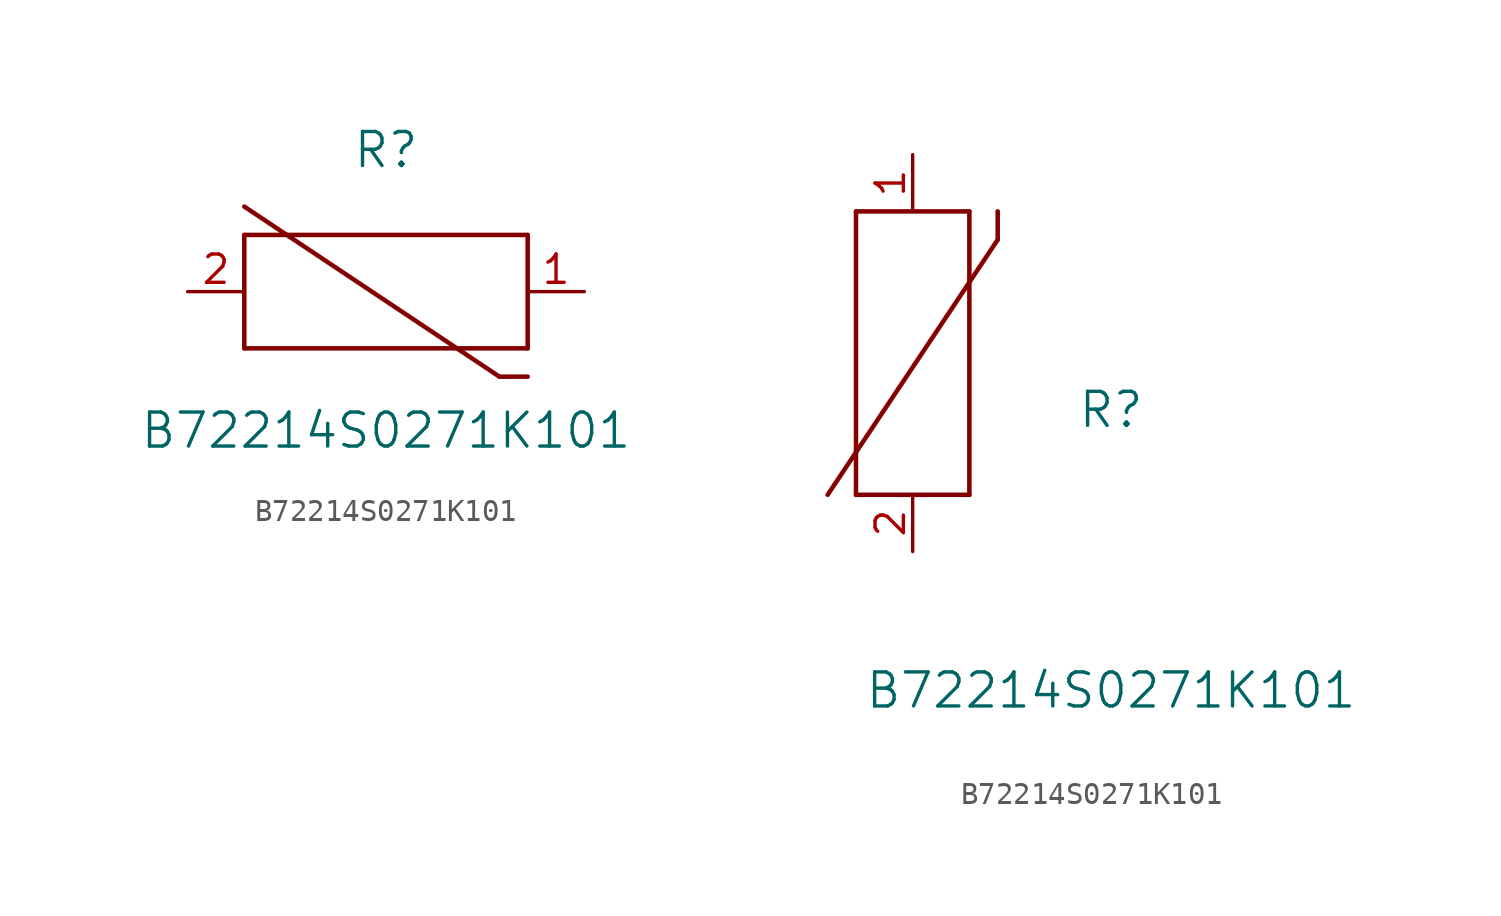
<source format=kicad_sym>
(kicad_symbol_lib
  (version 20211014)
  (generator kicad_symbol_editor)
  (symbol "B72214S0271K101"
    (pin_names
      (offset 0.254))
    (property "Reference" "R"
      (at 8.89 6.35 0)
      (effects (font (size 1.524 1.524))))
    (property "Value" "B72214S0271K101"
      (at 8.89 -6.223 0)
      (effects (font (size 1.524 1.524))))
    (symbol "B72214S0271K101_1_1"
      (polyline (pts (xy 2.54 2.54) (xy 15.24 2.54)) (stroke (width 0.203) (type default) (color 0 0 0 0)) (fill (type none)))
      (polyline (pts (xy 2.54 -2.54) (xy 15.24 -2.54)) (stroke (width 0.203) (type default) (color 0 0 0 0)) (fill (type none)))
      (polyline (pts (xy 15.24 2.54) (xy 15.24 -2.54)) (stroke (width 0.203) (type default) (color 0 0 0 0)) (fill (type none)))
      (polyline (pts (xy 2.54 -2.54) (xy 2.54 2.54)) (stroke (width 0.203) (type default) (color 0 0 0 0)) (fill (type none)))
      (polyline (pts (xy 2.54 3.81) (xy 13.97 -3.81)) (stroke (width 0.203) (type default) (color 0 0 0 0)) (fill (type none)))
      (polyline (pts (xy 13.97 -3.81) (xy 15.24 -3.81)) (stroke (width 0.203) (type default) (color 0 0 0 0)) (fill (type none)))
      (pin unspecified line (at 0 0 0) (length 2.54) (name "" (effects (font (size 1.27 1.27)))) (number "2" (effects (font (size 1.27 1.27)))))
      (pin unspecified line (at 17.78 0 180) (length 2.54) (name "" (effects (font (size 1.27 1.27)))) (number "1" (effects (font (size 1.27 1.27))))))
    (symbol "B72214S0271K101_1_2"
      (polyline (pts (xy 2.54 2.54) (xy -2.54 2.54)) (stroke (width 0.203) (type default) (color 0 0 0 0)) (fill (type none)))
      (polyline (pts (xy -2.54 2.54) (xy -2.54 15.24)) (stroke (width 0.203) (type default) (color 0 0 0 0)) (fill (type none)))
      (polyline (pts (xy 2.54 2.54) (xy 2.54 15.24)) (stroke (width 0.203) (type default) (color 0 0 0 0)) (fill (type none)))
      (polyline (pts (xy -2.54 15.24) (xy 2.54 15.24)) (stroke (width 0.203) (type default) (color 0 0 0 0)) (fill (type none)))
      (polyline (pts (xy 3.81 13.97) (xy 3.81 15.24)) (stroke (width 0.203) (type default) (color 0 0 0 0)) (fill (type none)))
      (polyline (pts (xy 3.81 13.97) (xy -3.81 2.54)) (stroke (width 0.203) (type default) (color 0 0 0 0)) (fill (type none)))
      (pin unspecified line (at 0 0 90) (length 2.54) (name "" (effects (font (size 1.27 1.27)))) (number "2" (effects (font (size 1.27 1.27)))))
      (pin unspecified line (at 0 17.78 270) (length 2.54) (name "" (effects (font (size 1.27 1.27)))) (number "1" (effects (font (size 1.27 1.27))))))))
</source>
